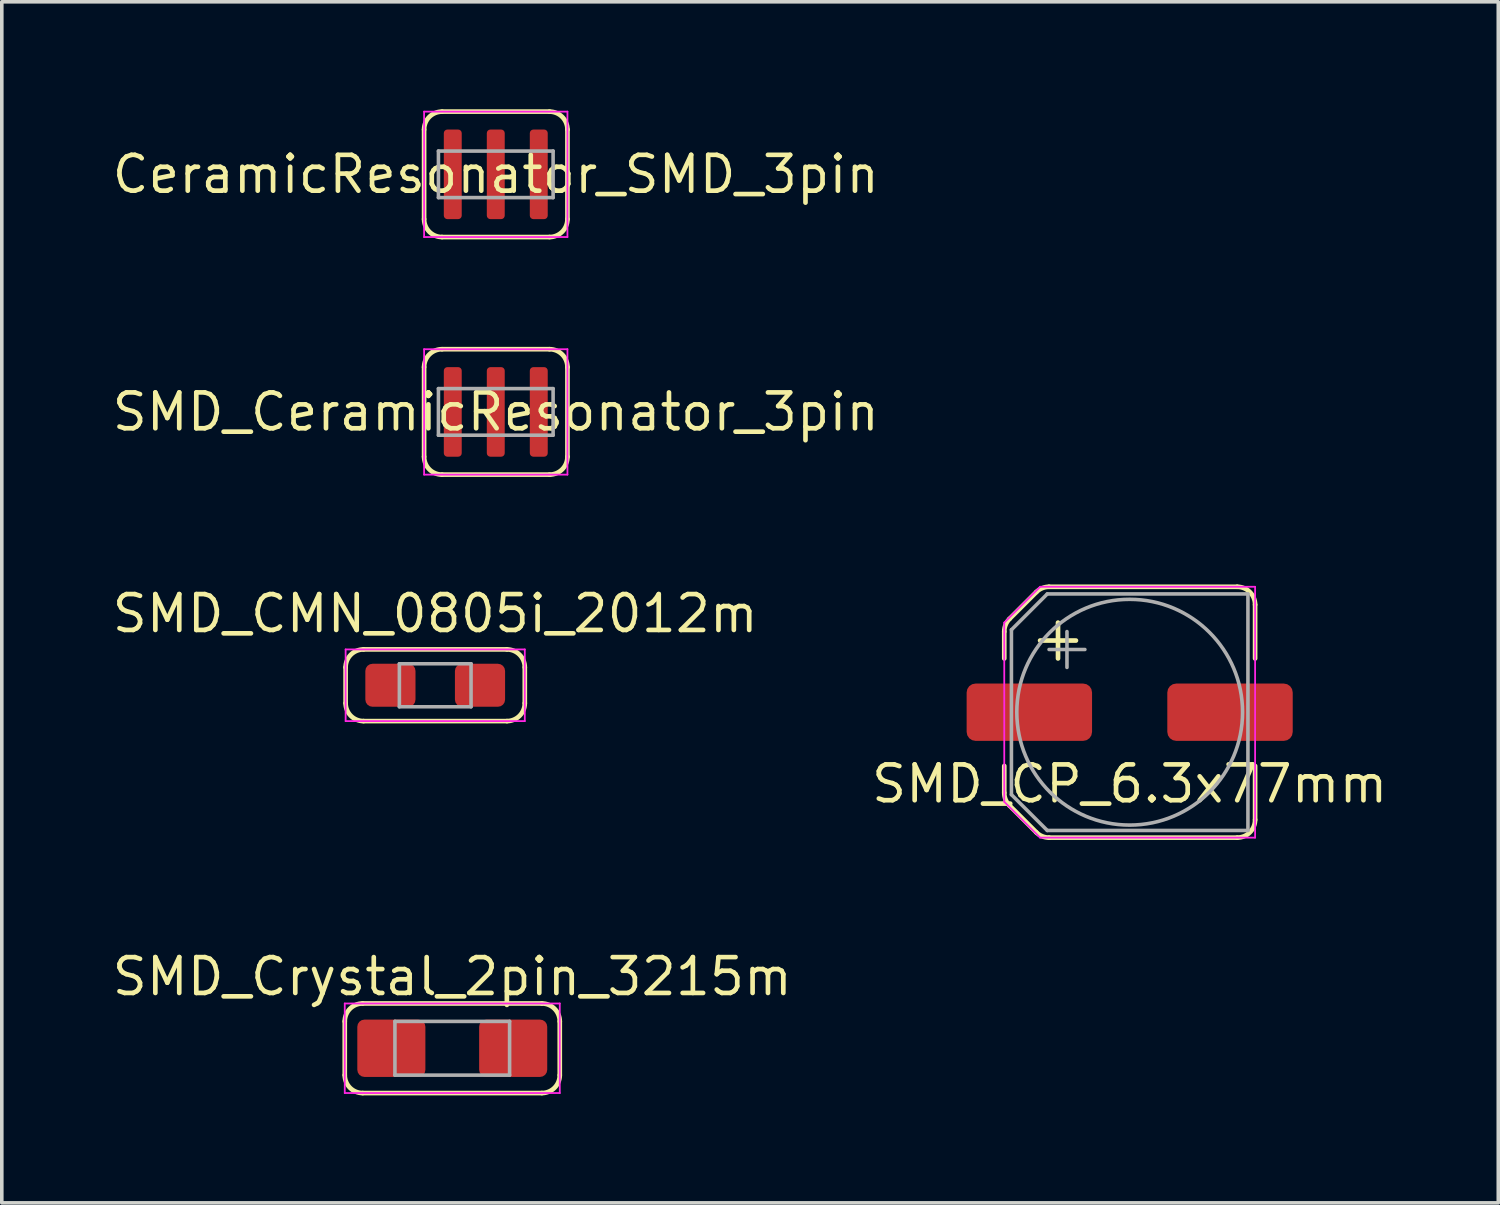
<source format=kicad_pcb>
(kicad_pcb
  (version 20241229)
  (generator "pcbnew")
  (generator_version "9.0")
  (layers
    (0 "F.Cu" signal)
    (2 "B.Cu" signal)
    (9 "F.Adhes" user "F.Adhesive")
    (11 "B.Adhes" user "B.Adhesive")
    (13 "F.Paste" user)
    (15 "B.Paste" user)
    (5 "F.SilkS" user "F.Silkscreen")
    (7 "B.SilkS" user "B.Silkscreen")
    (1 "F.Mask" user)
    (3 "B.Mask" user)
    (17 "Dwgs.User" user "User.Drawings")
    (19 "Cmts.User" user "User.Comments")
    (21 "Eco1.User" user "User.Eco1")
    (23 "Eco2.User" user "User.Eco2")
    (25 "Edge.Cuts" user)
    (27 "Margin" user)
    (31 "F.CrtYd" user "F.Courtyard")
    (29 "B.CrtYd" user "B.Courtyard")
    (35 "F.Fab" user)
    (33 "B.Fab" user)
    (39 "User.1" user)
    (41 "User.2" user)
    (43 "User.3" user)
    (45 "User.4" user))
  (footprint "SMD_Crystal_2pin_3215m"
    (layer "F.Cu")
    (at 9.571 26.203)
    (property "Reference" "SMD_Crystal_2pin_3215m" (at 0 -2 0) (layer "F.SilkS") (effects (font (size 1 1) (thickness 0.13))))
    (attr smd)
    (fp_line (start -3 0.75) (end -3 -0.75) (stroke (width 0.13) (type solid)) (layer "F.SilkS"))
    (fp_line (start -2.5 -1.25) (end 2.5 -1.25) (stroke (width 0.13) (type solid)) (layer "F.SilkS"))
    (fp_line (start 2.5 1.25) (end -2.5 1.25) (stroke (width 0.13) (type solid)) (layer "F.SilkS"))
    (fp_line (start 3 -0.75) (end 3 0.75) (stroke (width 0.13) (type solid)) (layer "F.SilkS"))
    (fp_arc (start -3 -0.75) (mid -2.853553 -1.103553) (end -2.5 -1.25) (stroke (width 0.13) (type solid)) (layer "F.SilkS"))
    (fp_arc (start -2.5 1.25) (mid -2.853553 1.103553) (end -3 0.75) (stroke (width 0.13) (type solid)) (layer "F.SilkS"))
    (fp_arc (start 2.5 -1.25) (mid 2.853553 -1.103553) (end 3 -0.75) (stroke (width 0.13) (type solid)) (layer "F.SilkS"))
    (fp_arc (start 3 0.75) (mid 2.853553 1.103553) (end 2.5 1.25) (stroke (width 0.13) (type solid)) (layer "F.SilkS"))
    (fp_line (start -3 -1.25) (end 3 -1.25) (stroke (width 0.05) (type solid)) (layer "F.CrtYd"))
    (fp_line (start -3 1.25) (end -3 -1.25) (stroke (width 0.05) (type solid)) (layer "F.CrtYd"))
    (fp_line (start 3 -1.25) (end 3 1.25) (stroke (width 0.05) (type solid)) (layer "F.CrtYd"))
    (fp_line (start 3 1.25) (end -3 1.25) (stroke (width 0.05) (type solid)) (layer "F.CrtYd"))
    (fp_line (start -1.6 -0.75) (end -1.6 0.75) (stroke (width 0.1) (type solid)) (layer "F.Fab"))
    (fp_line (start -1.6 -0.75) (end 1.6 -0.75) (stroke (width 0.1) (type solid)) (layer "F.Fab"))
    (fp_line (start -1.6 0.75) (end 1.6 0.75) (stroke (width 0.1) (type solid)) (layer "F.Fab"))
    (fp_line (start 1.6 -0.75) (end 1.6 0.75) (stroke (width 0.1) (type solid)) (layer "F.Fab"))
    (pad "1" smd roundrect (at 1.7 0) (size 1.9 1.6) (layers "F.Cu" "F.Mask" "F.Paste") (roundrect_rratio 0.125))
    (pad "2" smd roundrect (at -1.7 0) (size 1.9 1.6) (layers "F.Cu" "F.Mask" "F.Paste") (roundrect_rratio 0.125)))
  (footprint "SMD_CP_6.3x77mm"
    (layer "F.Cu")
    (at 28.475 16.825)
    (property "Reference" "SMD_CP_6.3x77mm" (at 0 2 0) (layer "F.SilkS") (effects (font (size 1 1) (thickness 0.13))))
    (attr smd)
    (fp_line (start -3.5 1.5) (end -3.5 2.25) (stroke (width 0.13) (type solid)) (layer "F.SilkS"))
    (fp_line (start -3.5 -2.25) (end -3.5 -1.5) (stroke (width 0.13) (type solid)) (layer "F.SilkS"))
    (fp_line (start -3.354 2.604) (end -2.604 3.354) (stroke (width 0.13) (type solid)) (layer "F.SilkS"))
    (fp_line (start -2.604 -3.354) (end -3.354 -2.604) (stroke (width 0.13) (type solid)) (layer "F.SilkS"))
    (fp_line (start -2.25 3.5) (end 3 3.5) (stroke (width 0.13) (type solid)) (layer "F.SilkS"))
    (fp_line (start -2 -2.5) (end -2 -1.5) (stroke (width 0.13) (type solid)) (layer "F.SilkS"))
    (fp_line (start -1.5 -2) (end -2.5 -2) (stroke (width 0.13) (type solid)) (layer "F.SilkS"))
    (fp_line (start 3 -3.5) (end -2.25 -3.5) (stroke (width 0.13) (type solid)) (layer "F.SilkS"))
    (fp_line (start 3.5 -1.5) (end 3.5 -3) (stroke (width 0.13) (type solid)) (layer "F.SilkS"))
    (fp_line (start 3.5 3) (end 3.5 1.5) (stroke (width 0.13) (type solid)) (layer "F.SilkS"))
    (fp_arc (start -3.499999 -2.25) (mid -3.461939 -2.441341) (end -3.353553 -2.603553) (stroke (width 0.13) (type solid)) (layer "F.SilkS"))
    (fp_arc (start -3.353553 2.603553) (mid -3.461939 2.441342) (end -3.5 2.25) (stroke (width 0.13) (type solid)) (layer "F.SilkS"))
    (fp_arc (start -2.603553 -3.353553) (mid -2.441342 -3.461939) (end -2.25 -3.5) (stroke (width 0.13) (type solid)) (layer "F.SilkS"))
    (fp_arc (start -2.25 3.499999) (mid -2.441341 3.461939) (end -2.603553 3.353553) (stroke (width 0.13) (type solid)) (layer "F.SilkS"))
    (fp_arc (start 3 -3.5) (mid 3.353553 -3.353553) (end 3.5 -3) (stroke (width 0.13) (type solid)) (layer "F.SilkS"))
    (fp_arc (start 3.5 3) (mid 3.353553 3.353553) (end 3 3.5) (stroke (width 0.13) (type solid)) (layer "F.SilkS"))
    (fp_line (start -3.5 -2.5) (end -3.5 2.5) (stroke (width 0.05) (type solid)) (layer "F.CrtYd"))
    (fp_line (start -3.5 2.5) (end -2.5 3.5) (stroke (width 0.05) (type solid)) (layer "F.CrtYd"))
    (fp_line (start -2.5 -3.5) (end -3.5 -2.5) (stroke (width 0.05) (type solid)) (layer "F.CrtYd"))
    (fp_line (start -2.5 3.5) (end 3.5 3.5) (stroke (width 0.05) (type solid)) (layer "F.CrtYd"))
    (fp_line (start 3.5 -3.5) (end -2.5 -3.5) (stroke (width 0.05) (type solid)) (layer "F.CrtYd"))
    (fp_line (start 3.5 3.5) (end 3.5 -3.5) (stroke (width 0.05) (type solid)) (layer "F.CrtYd"))
    (fp_line (start -3.3 -2.3) (end -3.3 2.3) (stroke (width 0.1) (type solid)) (layer "F.Fab"))
    (fp_line (start -3.3 -2.3) (end -2.3 -3.3) (stroke (width 0.1) (type solid)) (layer "F.Fab"))
    (fp_line (start -3.3 2.3) (end -2.3 3.3) (stroke (width 0.1) (type solid)) (layer "F.Fab"))
    (fp_line (start -2.3 -3.3) (end 3.3 -3.3) (stroke (width 0.1) (type solid)) (layer "F.Fab"))
    (fp_line (start -2.3 3.3) (end 3.3 3.3) (stroke (width 0.1) (type solid)) (layer "F.Fab"))
    (fp_line (start -2.25 -1.75) (end -1.25 -1.75) (stroke (width 0.1) (type solid)) (layer "F.Fab"))
    (fp_line (start -1.75 -2.25) (end -1.75 -1.25) (stroke (width 0.1) (type solid)) (layer "F.Fab"))
    (fp_line (start 3.3 -3.3) (end 3.3 3.3) (stroke (width 0.1) (type solid)) (layer "F.Fab"))
    (fp_circle (center 0 0) (end 3.15 0) (stroke (width 0.1) (type solid)) (fill no) (layer "F.Fab"))
    (pad "1" smd roundrect (at -2.8 0) (size 3.5 1.6) (layers "F.Cu" "F.Mask" "F.Paste") (roundrect_rratio 0.156))
    (pad "2" smd roundrect (at 2.8 0) (size 3.5 1.6) (layers "F.Cu" "F.Mask" "F.Paste") (roundrect_rratio 0.156)))
  (footprint "CeramicResonator_SMD_3pin"
    (layer "F.Cu")
    (at 10.785 1.815)
    (property "Reference" "CeramicResonator_SMD_3pin" (at 0 0 0) (layer "F.SilkS") (effects (font (size 1 1) (thickness 0.13))))
    (attr through_hole)
    (fp_line (start -2 1.25) (end -2 -1.25) (stroke (width 0.13) (type solid)) (layer "F.SilkS"))
    (fp_line (start -1.5 -1.75) (end 1.5 -1.75) (stroke (width 0.13) (type solid)) (layer "F.SilkS"))
    (fp_line (start 1.5 1.75) (end -1.5 1.75) (stroke (width 0.13) (type solid)) (layer "F.SilkS"))
    (fp_line (start 2 -1.25) (end 2 1.25) (stroke (width 0.13) (type solid)) (layer "F.SilkS"))
    (fp_arc (start -2 -1.25) (mid -1.853553 -1.603553) (end -1.5 -1.75) (stroke (width 0.13) (type solid)) (layer "F.SilkS"))
    (fp_arc (start -1.5 1.75) (mid -1.853553 1.603553) (end -2 1.25) (stroke (width 0.13) (type solid)) (layer "F.SilkS"))
    (fp_arc (start 1.5 -1.75) (mid 1.853553 -1.603553) (end 2 -1.25) (stroke (width 0.13) (type solid)) (layer "F.SilkS"))
    (fp_arc (start 2 1.25) (mid 1.853553 1.603553) (end 1.5 1.75) (stroke (width 0.13) (type solid)) (layer "F.SilkS"))
    (fp_line (start -2 -1.75) (end 2 -1.75) (stroke (width 0.05) (type solid)) (layer "F.CrtYd"))
    (fp_line (start -2 1.75) (end -2 -1.75) (stroke (width 0.05) (type solid)) (layer "F.CrtYd"))
    (fp_line (start 2 -1.75) (end 2 1.75) (stroke (width 0.05) (type solid)) (layer "F.CrtYd"))
    (fp_line (start 2 1.75) (end -2 1.75) (stroke (width 0.05) (type solid)) (layer "F.CrtYd"))
    (fp_line (start -1.6 -0.65) (end -1.6 0.65) (stroke (width 0.1) (type solid)) (layer "F.Fab"))
    (fp_line (start -1.6 -0.65) (end 1.6 -0.65) (stroke (width 0.1) (type solid)) (layer "F.Fab"))
    (fp_line (start 1.6 -0.65) (end 1.6 0.65) (stroke (width 0.1) (type solid)) (layer "F.Fab"))
    (fp_line (start 1.6 0.65) (end -1.6 0.65) (stroke (width 0.1) (type solid)) (layer "F.Fab"))
    (pad "1" smd roundrect (at -1.2 0) (size 0.5 2.5) (layers "F.Cu" "F.Mask" "F.Paste") (roundrect_rratio 0.2))
    (pad "2" smd roundrect (at 0 0) (size 0.5 2.5) (layers "F.Cu" "F.Mask" "F.Paste") (roundrect_rratio 0.2))
    (pad "3" smd roundrect (at 1.2 0) (size 0.5 2.5) (layers "F.Cu" "F.Mask" "F.Paste") (roundrect_rratio 0.2)))
  (footprint "SMD_CeramicResonator_3pin"
    (layer "F.Cu")
    (at 10.785 8.445)
    (property "Reference" "SMD_CeramicResonator_3pin" (at 0 0 0) (layer "F.SilkS") (effects (font (size 1 1) (thickness 0.13))))
    (attr smd)
    (fp_line (start -2 1.25) (end -2 -1.25) (stroke (width 0.13) (type solid)) (layer "F.SilkS"))
    (fp_line (start -1.5 -1.75) (end 1.5 -1.75) (stroke (width 0.13) (type solid)) (layer "F.SilkS"))
    (fp_line (start 1.5 1.75) (end -1.5 1.75) (stroke (width 0.13) (type solid)) (layer "F.SilkS"))
    (fp_line (start 2 -1.25) (end 2 1.25) (stroke (width 0.13) (type solid)) (layer "F.SilkS"))
    (fp_arc (start -2 -1.25) (mid -1.853553 -1.603553) (end -1.5 -1.75) (stroke (width 0.13) (type solid)) (layer "F.SilkS"))
    (fp_arc (start -1.5 1.75) (mid -1.853553 1.603553) (end -2 1.25) (stroke (width 0.13) (type solid)) (layer "F.SilkS"))
    (fp_arc (start 1.5 -1.75) (mid 1.853553 -1.603553) (end 2 -1.25) (stroke (width 0.13) (type solid)) (layer "F.SilkS"))
    (fp_arc (start 2 1.25) (mid 1.853553 1.603553) (end 1.5 1.75) (stroke (width 0.13) (type solid)) (layer "F.SilkS"))
    (fp_line (start -2 -1.75) (end 2 -1.75) (stroke (width 0.05) (type solid)) (layer "F.CrtYd"))
    (fp_line (start -2 1.75) (end -2 -1.75) (stroke (width 0.05) (type solid)) (layer "F.CrtYd"))
    (fp_line (start 2 -1.75) (end 2 1.75) (stroke (width 0.05) (type solid)) (layer "F.CrtYd"))
    (fp_line (start 2 1.75) (end -2 1.75) (stroke (width 0.05) (type solid)) (layer "F.CrtYd"))
    (fp_line (start -1.6 -0.65) (end -1.6 0.65) (stroke (width 0.1) (type solid)) (layer "F.Fab"))
    (fp_line (start -1.6 -0.65) (end 1.6 -0.65) (stroke (width 0.1) (type solid)) (layer "F.Fab"))
    (fp_line (start 1.6 -0.65) (end 1.6 0.65) (stroke (width 0.1) (type solid)) (layer "F.Fab"))
    (fp_line (start 1.6 0.65) (end -1.6 0.65) (stroke (width 0.1) (type solid)) (layer "F.Fab"))
    (pad "1" smd roundrect (at -1.2 0) (size 0.5 2.5) (layers "F.Cu" "F.Mask" "F.Paste") (roundrect_rratio 0.2))
    (pad "2" smd roundrect (at 0 0) (size 0.5 2.5) (layers "F.Cu" "F.Mask" "F.Paste") (roundrect_rratio 0.2))
    (pad "3" smd roundrect (at 1.2 0) (size 0.5 2.5) (layers "F.Cu" "F.Mask" "F.Paste") (roundrect_rratio 0.2)))
  (footprint "SMD_CMN_0805i_2012m"
    (layer "F.Cu")
    (at 9.095 16.073)
    (property "Reference" "SMD_CMN_0805i_2012m" (at 0 -2 0) (layer "F.SilkS") (effects (font (size 1 1) (thickness 0.13))))
    (attr through_hole)
    (fp_line (start -2.5 0.5) (end -2.5 -0.5) (stroke (width 0.13) (type solid)) (layer "F.SilkS"))
    (fp_line (start -2 -1) (end 2 -1) (stroke (width 0.13) (type solid)) (layer "F.SilkS"))
    (fp_line (start 2 1) (end -2 1) (stroke (width 0.13) (type solid)) (layer "F.SilkS"))
    (fp_line (start 2.5 -0.5) (end 2.5 0.5) (stroke (width 0.13) (type solid)) (layer "F.SilkS"))
    (fp_arc (start -2.5 -0.5) (mid -2.353553 -0.853553) (end -2 -1) (stroke (width 0.13) (type solid)) (layer "F.SilkS"))
    (fp_arc (start -2 1) (mid -2.353553 0.853553) (end -2.5 0.5) (stroke (width 0.13) (type solid)) (layer "F.SilkS"))
    (fp_arc (start 2 -1) (mid 2.353553 -0.853553) (end 2.5 -0.5) (stroke (width 0.13) (type solid)) (layer "F.SilkS"))
    (fp_arc (start 2.5 0.5) (mid 2.353553 0.853553) (end 2 1) (stroke (width 0.13) (type solid)) (layer "F.SilkS"))
    (fp_line (start -2.5 -1) (end 2.5 -1) (stroke (width 0.05) (type solid)) (layer "F.CrtYd"))
    (fp_line (start -2.5 1) (end -2.5 -1) (stroke (width 0.05) (type solid)) (layer "F.CrtYd"))
    (fp_line (start 2.5 -1) (end 2.5 1) (stroke (width 0.05) (type solid)) (layer "F.CrtYd"))
    (fp_line (start 2.5 1) (end -2.5 1) (stroke (width 0.05) (type solid)) (layer "F.CrtYd"))
    (fp_line (start -1 -0.6) (end -1 0.6) (stroke (width 0.1) (type solid)) (layer "F.Fab"))
    (fp_line (start -1 0.6) (end 1 0.6) (stroke (width 0.1) (type solid)) (layer "F.Fab"))
    (fp_line (start 1 -0.6) (end -1 -0.6) (stroke (width 0.1) (type solid)) (layer "F.Fab"))
    (fp_line (start 1 0.6) (end 1 -0.6) (stroke (width 0.1) (type solid)) (layer "F.Fab"))
    (pad "1" smd roundrect (at -1.25 0) (size 1.4 1.2) (layers "F.Cu" "F.Mask" "F.Paste") (roundrect_rratio 0.167))
    (pad "2" smd roundrect (at 1.25 0) (size 1.4 1.2) (layers "F.Cu" "F.Mask" "F.Paste") (roundrect_rratio 0.167)))
  (gr_rect
    (start -3 -3)
    (end 38.761 30.518)
    (stroke (width 0.1) (type default))
    (fill no)
    (layer "Edge.Cuts")))
</source>
